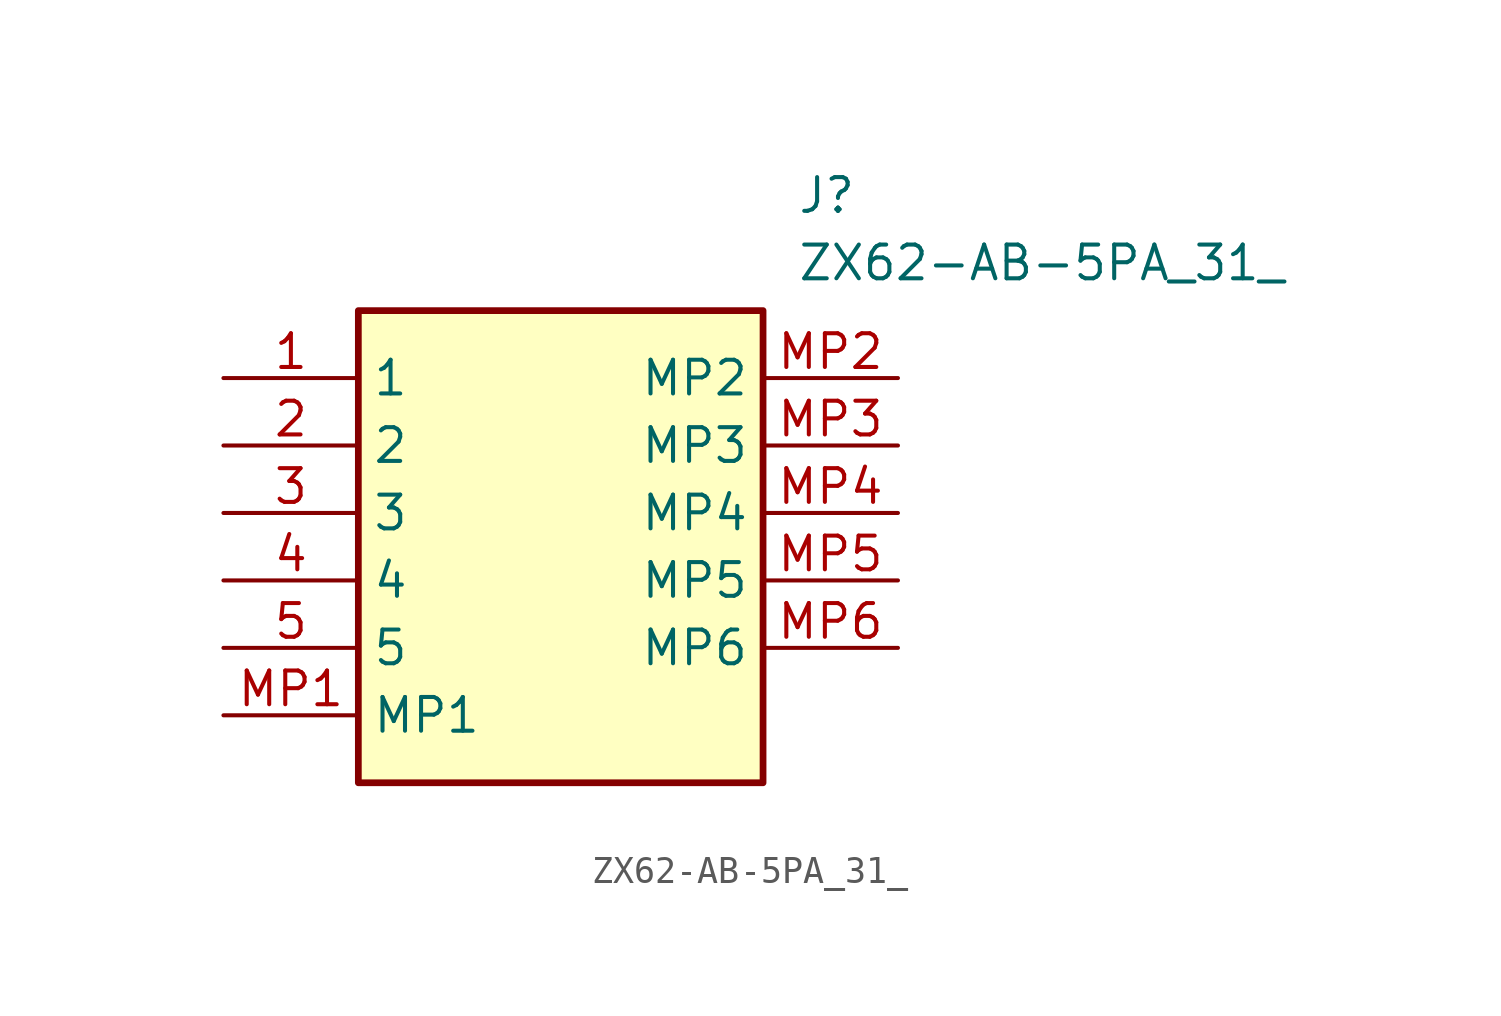
<source format=kicad_sym>
(kicad_symbol_lib
  (version 20211014)
  (generator SamacSys_ECAD_Model)
  (symbol "ZX62-AB-5PA_31_"
    (property "Reference" "J"
      (at 21.59 7.62 0)
      (effects (font (size 1.27 1.27)) (justify left top)))
    (property "Value" "ZX62-AB-5PA_31_"
      (at 21.59 5.08 0)
      (effects (font (size 1.27 1.27)) (justify left top)))
    (rectangle
      (start 5.08 2.54)
      (end 20.32 -15.24)
      (stroke (width 0.254) (type default))
      (fill (type background)))
    (pin passive line
      (at 0 0 0)
      (length 5.08)
      (name "1" (effects (font (size 1.27 1.27))))
      (number "1" (effects (font (size 1.27 1.27)))))
    (pin passive line
      (at 0 -2.54 0)
      (length 5.08)
      (name "2" (effects (font (size 1.27 1.27))))
      (number "2" (effects (font (size 1.27 1.27)))))
    (pin passive line
      (at 0 -5.08 0)
      (length 5.08)
      (name "3" (effects (font (size 1.27 1.27))))
      (number "3" (effects (font (size 1.27 1.27)))))
    (pin passive line
      (at 0 -7.62 0)
      (length 5.08)
      (name "4" (effects (font (size 1.27 1.27))))
      (number "4" (effects (font (size 1.27 1.27)))))
    (pin passive line
      (at 0 -10.16 0)
      (length 5.08)
      (name "5" (effects (font (size 1.27 1.27))))
      (number "5" (effects (font (size 1.27 1.27)))))
    (pin passive line
      (at 0 -12.7 0)
      (length 5.08)
      (name "MP1" (effects (font (size 1.27 1.27))))
      (number "MP1" (effects (font (size 1.27 1.27)))))
    (pin passive line
      (at 25.4 0 180)
      (length 5.08)
      (name "MP2" (effects (font (size 1.27 1.27))))
      (number "MP2" (effects (font (size 1.27 1.27)))))
    (pin passive line
      (at 25.4 -2.54 180)
      (length 5.08)
      (name "MP3" (effects (font (size 1.27 1.27))))
      (number "MP3" (effects (font (size 1.27 1.27)))))
    (pin passive line
      (at 25.4 -5.08 180)
      (length 5.08)
      (name "MP4" (effects (font (size 1.27 1.27))))
      (number "MP4" (effects (font (size 1.27 1.27)))))
    (pin passive line
      (at 25.4 -7.62 180)
      (length 5.08)
      (name "MP5" (effects (font (size 1.27 1.27))))
      (number "MP5" (effects (font (size 1.27 1.27)))))
    (pin passive line
      (at 25.4 -10.16 180)
      (length 5.08)
      (name "MP6" (effects (font (size 1.27 1.27))))
      (number "MP6" (effects (font (size 1.27 1.27)))))))
</source>
